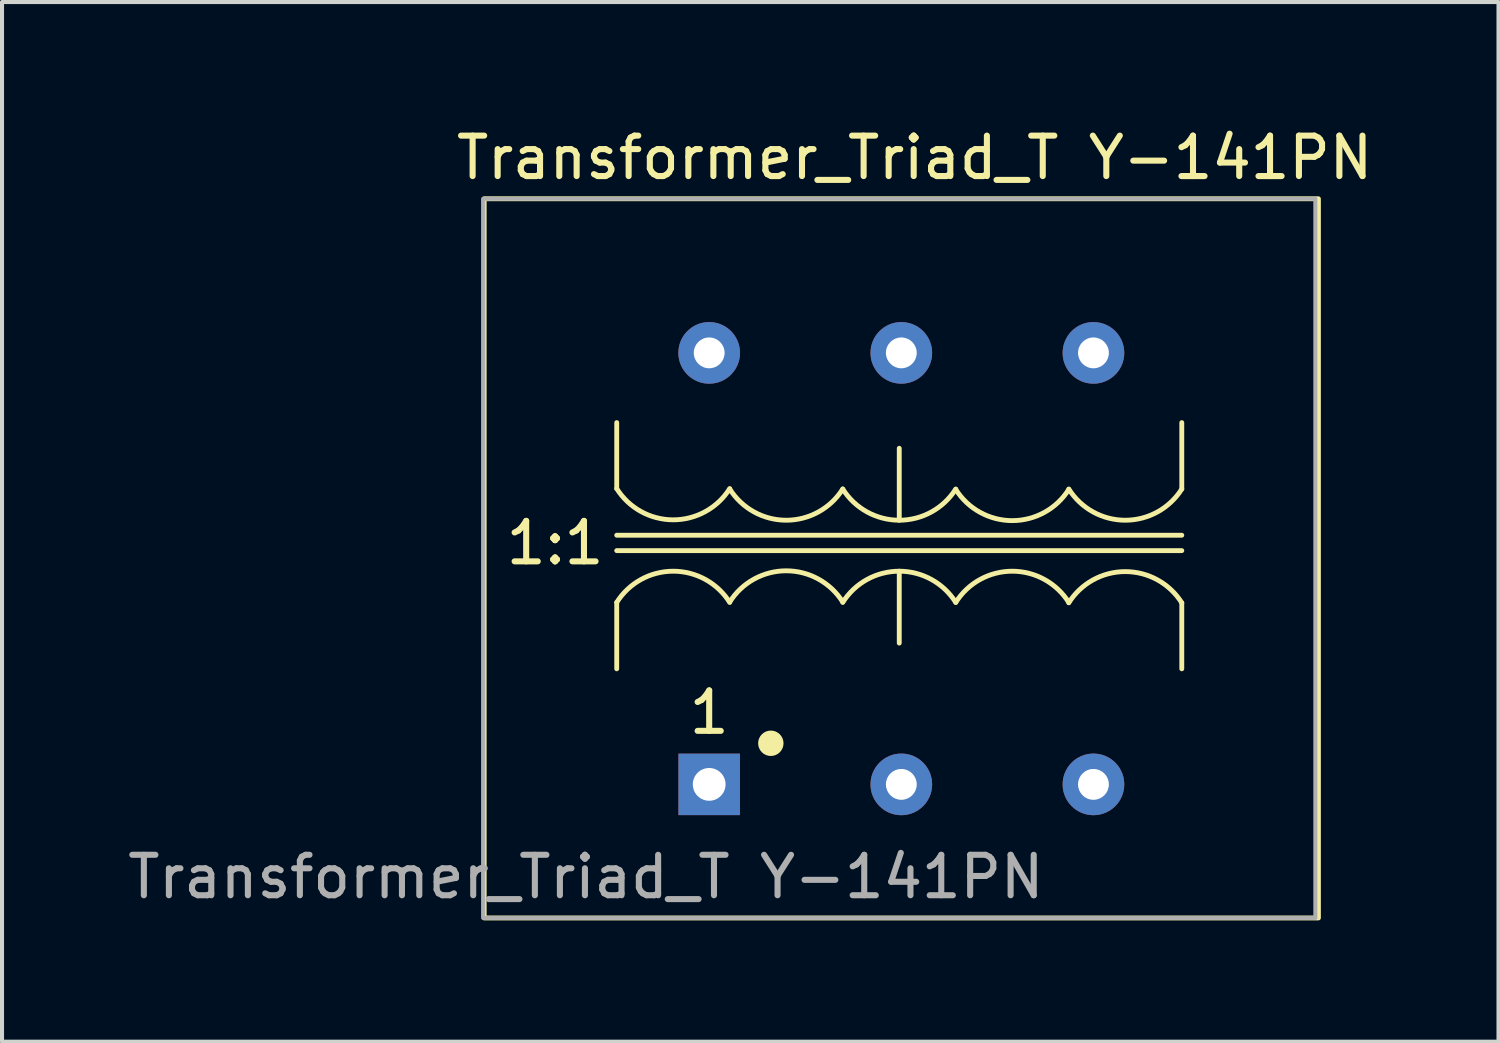
<source format=kicad_pcb>
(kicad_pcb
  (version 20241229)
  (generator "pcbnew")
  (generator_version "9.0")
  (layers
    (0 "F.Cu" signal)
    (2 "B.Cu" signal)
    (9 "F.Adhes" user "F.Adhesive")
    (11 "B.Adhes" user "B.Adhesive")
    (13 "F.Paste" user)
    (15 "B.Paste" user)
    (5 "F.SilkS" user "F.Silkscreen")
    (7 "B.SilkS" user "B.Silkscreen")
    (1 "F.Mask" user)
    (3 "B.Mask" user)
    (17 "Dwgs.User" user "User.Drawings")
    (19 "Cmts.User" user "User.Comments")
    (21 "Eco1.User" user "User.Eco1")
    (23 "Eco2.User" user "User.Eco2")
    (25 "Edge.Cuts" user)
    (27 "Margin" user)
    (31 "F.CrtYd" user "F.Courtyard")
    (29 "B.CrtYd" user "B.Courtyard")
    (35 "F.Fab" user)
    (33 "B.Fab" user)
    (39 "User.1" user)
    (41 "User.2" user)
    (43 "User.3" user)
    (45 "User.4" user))
  (footprint "Transformer_Triad_T Y-141PN"
    (layer "F.Cu")
    (at 14.483 16.342)
    (property "Reference" "Transformer_Triad_T Y-141PN" (at 5.08 -15.494 0) (layer "F.SilkS") (effects (font (size 1 1) (thickness 0.15))))
    (attr through_hole)
    (fp_line (start -2.286 -7.312) (end -2.286 -8.944) (stroke (width 0.12) (type solid)) (layer "F.SilkS"))
    (fp_line (start -2.286 -6.16) (end 11.684 -6.16) (stroke (width 0.12) (type solid)) (layer "F.SilkS"))
    (fp_line (start -2.286 -5.779) (end 11.684 -5.779) (stroke (width 0.12) (type solid)) (layer "F.SilkS"))
    (fp_line (start -2.286 -4.499) (end -2.286 -2.857) (stroke (width 0.12) (type solid)) (layer "F.SilkS"))
    (fp_line (start 4.699 -6.531) (end 4.699 -8.309) (stroke (width 0.12) (type solid)) (layer "F.SilkS"))
    (fp_line (start 4.699 -5.271) (end 4.699 -3.493) (stroke (width 0.12) (type solid)) (layer "F.SilkS"))
    (fp_line (start 11.684 -7.303) (end 11.684 -8.944) (stroke (width 0.12) (type solid)) (layer "F.SilkS"))
    (fp_line (start 11.684 -4.489) (end 11.684 -2.857) (stroke (width 0.12) (type solid)) (layer "F.SilkS"))
    (fp_rect (start -5.563 -14.478) (end 15.062 3.302) (stroke (width 0.12) (type solid)) (fill no) (layer "F.SilkS"))
    (fp_arc (start -2.286 -4.498644) (mid -0.889 -5.2705) (end 0.508 -4.498644) (stroke (width 0.12) (type solid)) (layer "F.SilkS"))
    (fp_arc (start 0.508 -7.312356) (mid -0.889 -6.5405) (end -2.286 -7.312356) (stroke (width 0.12) (type solid)) (layer "F.SilkS"))
    (fp_arc (start 0.508 -4.5085) (mid 1.905 -5.280356) (end 3.302 -4.5085) (stroke (width 0.12) (type solid)) (layer "F.SilkS"))
    (fp_arc (start 3.302 -7.3025) (mid 1.905 -6.530644) (end 0.508 -7.3025) (stroke (width 0.12) (type solid)) (layer "F.SilkS"))
    (fp_arc (start 3.302 -4.498644) (mid 4.699 -5.2705) (end 6.096 -4.498644) (stroke (width 0.12) (type solid)) (layer "F.SilkS"))
    (fp_arc (start 6.096 -7.3025) (mid 4.699 -6.530644) (end 3.302 -7.3025) (stroke (width 0.12) (type solid)) (layer "F.SilkS"))
    (fp_arc (start 6.096 -4.498644) (mid 7.493 -5.2705) (end 8.89 -4.498644) (stroke (width 0.12) (type solid)) (layer "F.SilkS"))
    (fp_arc (start 8.89 -7.292644) (mid 7.493 -6.520788) (end 6.096 -7.292644) (stroke (width 0.12) (type solid)) (layer "F.SilkS"))
    (fp_arc (start 8.89 -4.488788) (mid 10.287 -5.260644) (end 11.684 -4.488788) (stroke (width 0.12) (type solid)) (layer "F.SilkS"))
    (fp_arc (start 11.684 -7.3025) (mid 10.287 -6.530644) (end 8.89 -7.3025) (stroke (width 0.12) (type solid)) (layer "F.SilkS"))
    (fp_circle (center 1.524 -1.016) (end 1.778 -1.016) (stroke (width 0.12) (type solid)) (fill yes) (layer "F.SilkS"))
    (fp_rect (start -5.588 -14.478) (end 14.986 3.302) (stroke (width 0.1) (type solid)) (fill no) (layer "F.Fab"))
    (fp_text user "1:1" (at -3.81 -5.969 0) (unlocked yes) (layer "F.SilkS") (effects (font (size 1 1) (thickness 0.15))))
    (fp_text user "1" (at 0 -1.778 0) (unlocked yes) (layer "F.SilkS") (effects (font (size 1 1) (thickness 0.15))))
    (fp_text user "${REFERENCE}" (at -3.048 2.286 0) (layer "F.Fab") (effects (font (size 1 1) (thickness 0.15))))
    (pad "1" thru_hole rect (at 0 0) (size 1.52 1.52) (drill 0.81) (layers "*.Cu" "*.Mask"))
    (pad "2" thru_hole circle (at 4.75 0) (size 1.524 1.524) (drill 0.762) (layers "*.Cu" "*.Mask"))
    (pad "3" thru_hole circle (at 9.5 0) (size 1.524 1.524) (drill 0.762) (layers "*.Cu" "*.Mask"))
    (pad "4" thru_hole circle (at 0 -10.668) (size 1.524 1.524) (drill 0.762) (layers "*.Cu" "*.Mask"))
    (pad "5" thru_hole circle (at 4.75 -10.668) (size 1.524 1.524) (drill 0.762) (layers "*.Cu" "*.Mask"))
    (pad "6" thru_hole circle (at 9.5 -10.668) (size 1.524 1.524) (drill 0.762) (layers "*.Cu" "*.Mask")))
  (gr_rect
    (start -3 -3)
    (end 33.997 22.704)
    (stroke (width 0.1) (type default))
    (fill no)
    (layer "Edge.Cuts")))
</source>
